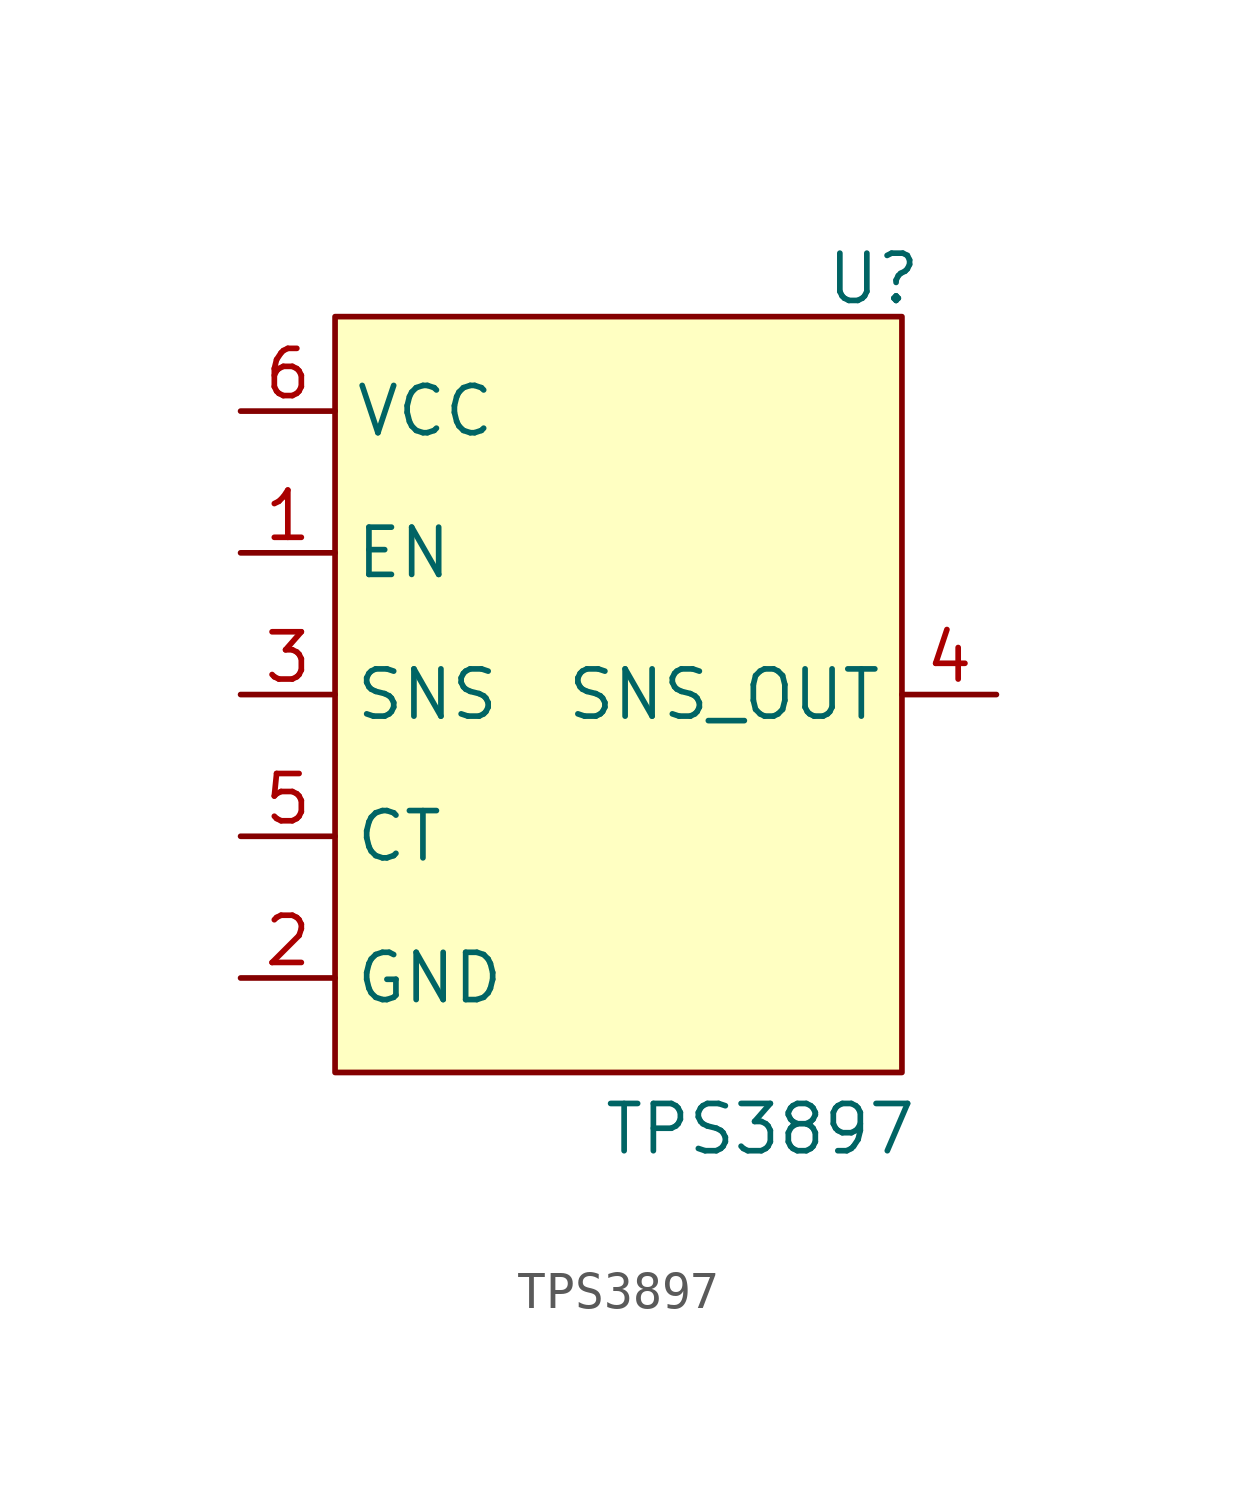
<source format=kicad_sym>
(kicad_symbol_lib
  (version 20241209)
  (generator "kicad_symbol_editor")
  (generator_version "9.0")
  (symbol "TPS3897"
    (property "Reference" "U"
      (at 6.858 11.176 0)
      (effects (font (size 1.27 1.27))))
    (property "Value" "TPS3897"
      (at 3.81 -11.684 0)
      (effects (font (size 1.27 1.27))))
    (symbol "TPS3897_1_1"
      (rectangle (start -7.62 10.16) (end 7.62 -10.16) (stroke (width 0) (type solid)) (fill (type background)))
      (pin power_in line (at -10.16 7.62 0) (length 2.54) (name "VCC" (effects (font (size 1.27 1.27)))) (number "6" (effects (font (size 1.27 1.27)))))
      (pin input line (at -10.16 3.81 0) (length 2.54) (name "EN" (effects (font (size 1.27 1.27)))) (number "1" (effects (font (size 1.27 1.27)))))
      (pin input line (at -10.16 0 0) (length 2.54) (name "SNS" (effects (font (size 1.27 1.27)))) (number "3" (effects (font (size 1.27 1.27)))))
      (pin input line (at -10.16 -3.81 0) (length 2.54) (name "CT" (effects (font (size 1.27 1.27)))) (number "5" (effects (font (size 1.27 1.27)))))
      (pin power_in line (at -10.16 -7.62 0) (length 2.54) (name "GND" (effects (font (size 1.27 1.27)))) (number "2" (effects (font (size 1.27 1.27)))))
      (pin open_collector line (at 10.16 0 180) (length 2.54) (name "SNS_OUT" (effects (font (size 1.27 1.27)))) (number "4" (effects (font (size 1.27 1.27))))))))
</source>
